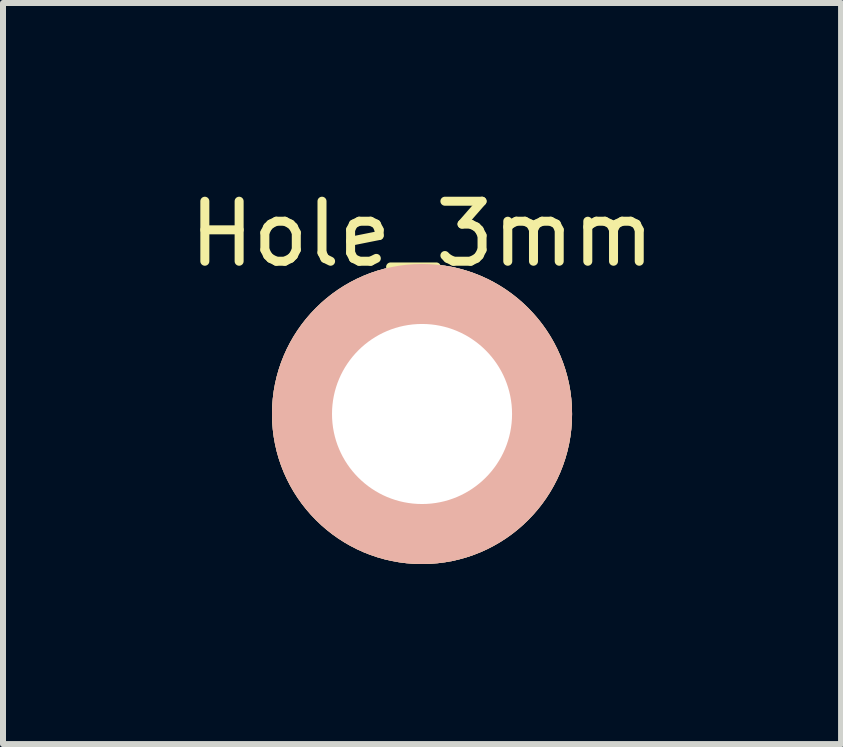
<source format=kicad_pcb>
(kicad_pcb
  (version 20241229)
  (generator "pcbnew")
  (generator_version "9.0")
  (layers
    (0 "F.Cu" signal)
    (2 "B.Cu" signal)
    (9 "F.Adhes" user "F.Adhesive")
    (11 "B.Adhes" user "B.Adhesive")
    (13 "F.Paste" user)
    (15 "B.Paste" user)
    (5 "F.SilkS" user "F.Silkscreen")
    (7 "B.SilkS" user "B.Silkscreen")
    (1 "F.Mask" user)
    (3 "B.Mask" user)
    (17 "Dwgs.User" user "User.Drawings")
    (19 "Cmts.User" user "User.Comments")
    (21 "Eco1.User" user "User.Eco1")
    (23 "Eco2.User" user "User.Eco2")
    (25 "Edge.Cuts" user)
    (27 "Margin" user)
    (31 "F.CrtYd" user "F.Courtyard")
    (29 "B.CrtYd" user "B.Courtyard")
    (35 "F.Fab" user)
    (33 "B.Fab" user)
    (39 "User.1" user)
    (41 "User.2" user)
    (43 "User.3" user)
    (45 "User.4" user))
  (footprint "Hole_3mm"
    (layer "F.Cu")
    (at 3.982 3.848)
    (property "Reference" "Hole_3mm" (at 0 -3 0) (layer "F.SilkS") (effects (font (size 1 1) (thickness 0.15))))
    (attr through_hole)
    (pad "1" thru_hole circle (at 0 0) (size 5 5) (drill 3) (layers "*.Cu" "*.SilkS")))
  (gr_rect
    (start -3 -3)
    (end 10.964 9.348)
    (stroke (width 0.1) (type default))
    (fill no)
    (layer "Edge.Cuts")))
</source>
